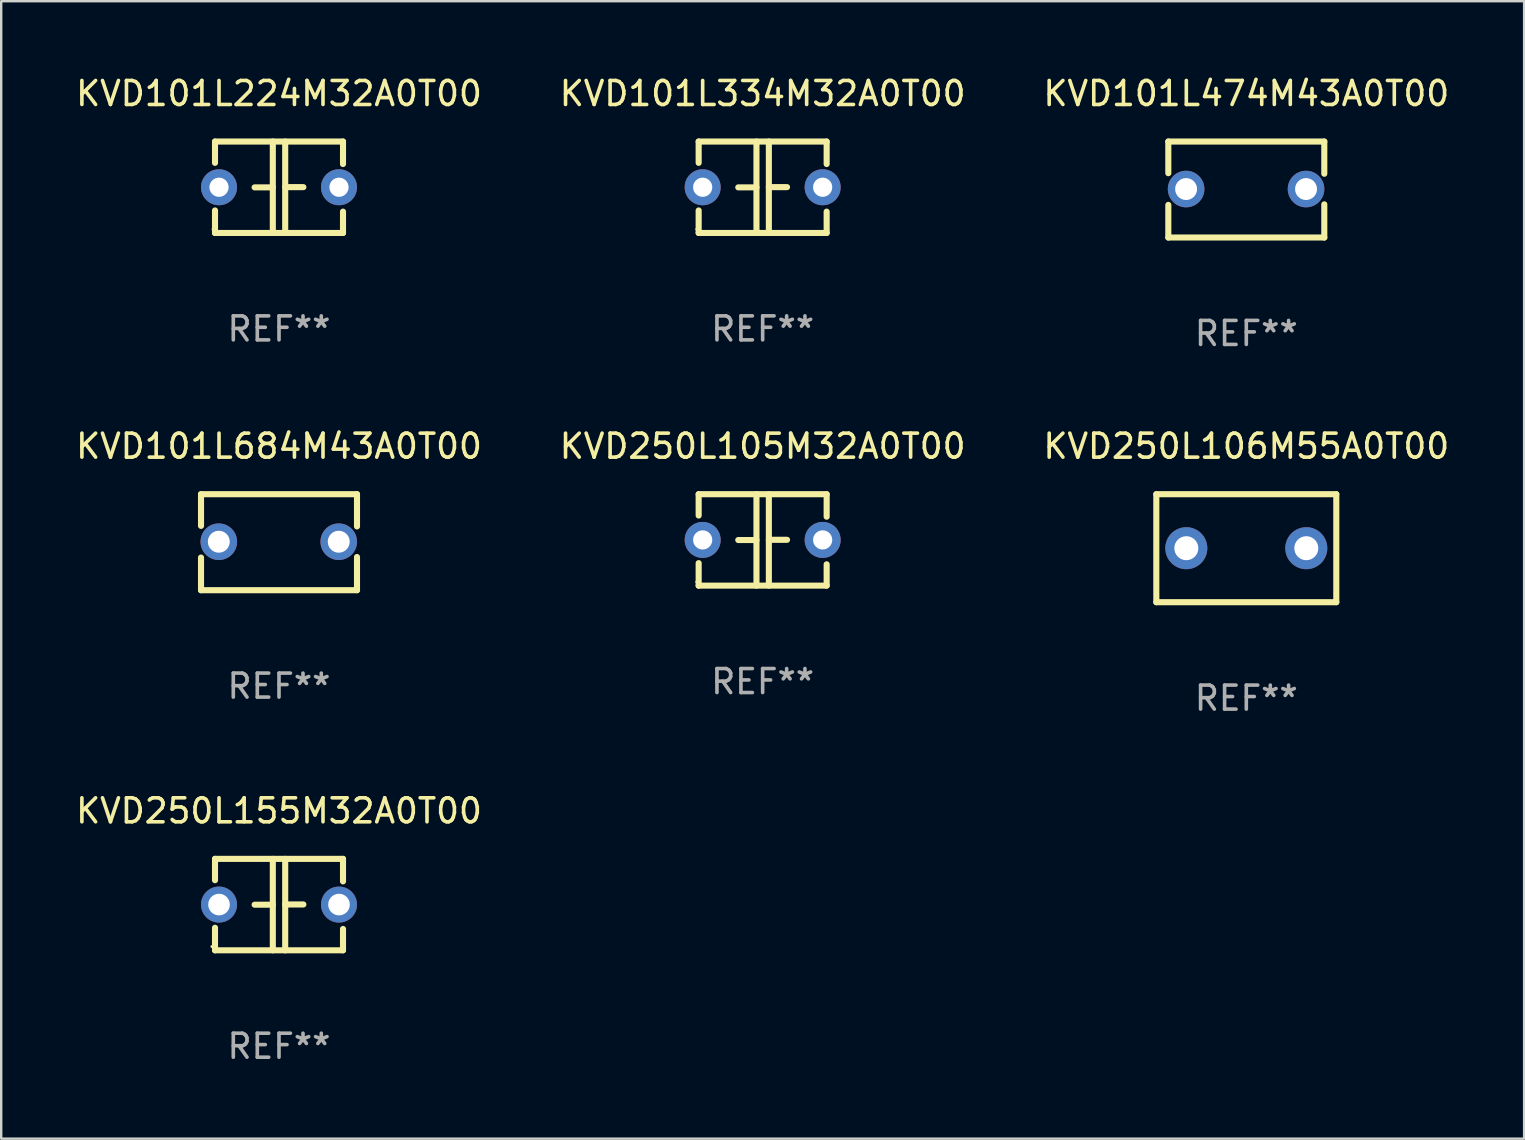
<source format=kicad_pcb>
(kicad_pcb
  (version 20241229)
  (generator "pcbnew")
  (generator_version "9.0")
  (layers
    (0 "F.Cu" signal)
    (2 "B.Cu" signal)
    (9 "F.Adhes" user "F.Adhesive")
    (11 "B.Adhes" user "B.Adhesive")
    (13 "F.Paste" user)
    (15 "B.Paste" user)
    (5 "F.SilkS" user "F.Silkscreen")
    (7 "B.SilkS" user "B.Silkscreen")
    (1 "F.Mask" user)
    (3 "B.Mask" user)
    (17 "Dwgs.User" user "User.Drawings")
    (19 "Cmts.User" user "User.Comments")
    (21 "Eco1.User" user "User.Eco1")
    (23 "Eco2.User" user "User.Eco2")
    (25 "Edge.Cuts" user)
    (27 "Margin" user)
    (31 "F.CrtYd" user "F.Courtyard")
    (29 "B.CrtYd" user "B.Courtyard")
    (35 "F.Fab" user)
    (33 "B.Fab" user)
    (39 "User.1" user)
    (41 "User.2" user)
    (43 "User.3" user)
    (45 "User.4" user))
  (footprint "KVD250L105M32A0T00"
    (layer "F.Cu")
    (at 28.732 19.45)
    (property "Reference" "KVD250L105M32A0T00" (at 0 -3.905 0) (layer "F.SilkS") (effects (font (size 1 1) (thickness 0.15))))
    (attr through_hole)
    (fp_line (start -2.667 -1.905) (end -2.667 -1.016) (stroke (width 0.254) (type solid)) (layer "F.SilkS"))
    (fp_line (start -2.667 0.967) (end -2.667 1.905) (stroke (width 0.254) (type solid)) (layer "F.SilkS"))
    (fp_line (start -2.667 1.905) (end 2.667 1.905) (stroke (width 0.254) (type solid)) (layer "F.SilkS"))
    (fp_line (start -0.258 0.005) (end -1.016 0.005) (stroke (width 0.254) (type solid)) (layer "F.SilkS"))
    (fp_line (start -0.258 1.905) (end -0.258 -1.905) (stroke (width 0.254) (type solid)) (layer "F.SilkS"))
    (fp_line (start 0.258 -1.905) (end 0.258 1.905) (stroke (width 0.254) (type solid)) (layer "F.SilkS"))
    (fp_line (start 0.258 -0.005) (end 1.016 -0.005) (stroke (width 0.254) (type solid)) (layer "F.SilkS"))
    (fp_line (start 2.667 -1.905) (end -2.667 -1.905) (stroke (width 0.254) (type solid)) (layer "F.SilkS"))
    (fp_line (start 2.667 -0.967) (end 2.667 -1.905) (stroke (width 0.254) (type solid)) (layer "F.SilkS"))
    (fp_line (start 2.667 1.905) (end 2.667 1.016) (stroke (width 0.254) (type solid)) (layer "F.SilkS"))
    (fp_circle (center -2.75 1.75) (end -2.72 1.75) (stroke (width 0.06) (type solid)) (fill no) (layer "F.SilkS"))
    (fp_text user "REF**" (at 0 5.905 0) (layer "F.Fab") (effects (font (size 1 1) (thickness 0.15))))
    (pad "1" thru_hole circle (at -2.5 0) (size 1.5 1.5) (drill 0.8) (layers "*.Cu" "*.Mask"))
    (pad "2" thru_hole circle (at 2.5 0) (size 1.5 1.5) (drill 0.8) (layers "*.Cu" "*.Mask")))
  (footprint "KVD101L334M32A0T00"
    (layer "F.Cu")
    (at 28.732 4.753)
    (property "Reference" "KVD101L334M32A0T00" (at 0 -3.905 0) (layer "F.SilkS") (effects (font (size 1 1) (thickness 0.15))))
    (attr through_hole)
    (fp_line (start -2.667 -1.905) (end -2.667 -1.016) (stroke (width 0.254) (type solid)) (layer "F.SilkS"))
    (fp_line (start -2.667 0.967) (end -2.667 1.905) (stroke (width 0.254) (type solid)) (layer "F.SilkS"))
    (fp_line (start -2.667 1.905) (end 2.667 1.905) (stroke (width 0.254) (type solid)) (layer "F.SilkS"))
    (fp_line (start -0.258 0.005) (end -1.016 0.005) (stroke (width 0.254) (type solid)) (layer "F.SilkS"))
    (fp_line (start -0.258 1.905) (end -0.258 -1.905) (stroke (width 0.254) (type solid)) (layer "F.SilkS"))
    (fp_line (start 0.258 -1.905) (end 0.258 1.905) (stroke (width 0.254) (type solid)) (layer "F.SilkS"))
    (fp_line (start 0.258 -0.005) (end 1.016 -0.005) (stroke (width 0.254) (type solid)) (layer "F.SilkS"))
    (fp_line (start 2.667 -1.905) (end -2.667 -1.905) (stroke (width 0.254) (type solid)) (layer "F.SilkS"))
    (fp_line (start 2.667 -0.967) (end 2.667 -1.905) (stroke (width 0.254) (type solid)) (layer "F.SilkS"))
    (fp_line (start 2.667 1.905) (end 2.667 1.016) (stroke (width 0.254) (type solid)) (layer "F.SilkS"))
    (fp_circle (center -2.75 1.75) (end -2.72 1.75) (stroke (width 0.06) (type solid)) (fill no) (layer "F.SilkS"))
    (fp_text user "REF**" (at 0 5.905 0) (layer "F.Fab") (effects (font (size 1 1) (thickness 0.15))))
    (pad "1" thru_hole circle (at -2.5 0) (size 1.5 1.5) (drill 0.8) (layers "*.Cu" "*.Mask"))
    (pad "2" thru_hole circle (at 2.5 0) (size 1.5 1.5) (drill 0.8) (layers "*.Cu" "*.Mask")))
  (footprint "KVD101L224M32A0T00"
    (layer "F.Cu")
    (at 8.577 4.753)
    (property "Reference" "KVD101L224M32A0T00" (at 0 -3.905 0) (layer "F.SilkS") (effects (font (size 1 1) (thickness 0.15))))
    (attr through_hole)
    (fp_line (start -2.667 -1.905) (end -2.667 -1.016) (stroke (width 0.254) (type solid)) (layer "F.SilkS"))
    (fp_line (start -2.667 0.967) (end -2.667 1.905) (stroke (width 0.254) (type solid)) (layer "F.SilkS"))
    (fp_line (start -2.667 1.905) (end 2.667 1.905) (stroke (width 0.254) (type solid)) (layer "F.SilkS"))
    (fp_line (start -0.258 0.005) (end -1.016 0.005) (stroke (width 0.254) (type solid)) (layer "F.SilkS"))
    (fp_line (start -0.258 1.905) (end -0.258 -1.905) (stroke (width 0.254) (type solid)) (layer "F.SilkS"))
    (fp_line (start 0.258 -1.905) (end 0.258 1.905) (stroke (width 0.254) (type solid)) (layer "F.SilkS"))
    (fp_line (start 0.258 -0.005) (end 1.016 -0.005) (stroke (width 0.254) (type solid)) (layer "F.SilkS"))
    (fp_line (start 2.667 -1.905) (end -2.667 -1.905) (stroke (width 0.254) (type solid)) (layer "F.SilkS"))
    (fp_line (start 2.667 -0.967) (end 2.667 -1.905) (stroke (width 0.254) (type solid)) (layer "F.SilkS"))
    (fp_line (start 2.667 1.905) (end 2.667 1.016) (stroke (width 0.254) (type solid)) (layer "F.SilkS"))
    (fp_circle (center -2.75 1.75) (end -2.72 1.75) (stroke (width 0.06) (type solid)) (fill no) (layer "F.SilkS"))
    (fp_text user "REF**" (at 0 5.905 0) (layer "F.Fab") (effects (font (size 1 1) (thickness 0.15))))
    (pad "1" thru_hole circle (at -2.5 0) (size 1.5 1.5) (drill 0.8) (layers "*.Cu" "*.Mask"))
    (pad "2" thru_hole circle (at 2.5 0) (size 1.5 1.5) (drill 0.8) (layers "*.Cu" "*.Mask")))
  (footprint "KVD250L106M55A0T00"
    (layer "F.Cu")
    (at 48.887 19.795)
    (property "Reference" "KVD250L106M55A0T00" (at 0 -4.25 0) (layer "F.SilkS") (effects (font (size 1 1) (thickness 0.15))))
    (attr through_hole)
    (fp_line (start -3.75 -2.25) (end -3.75 2.25) (stroke (width 0.254) (type solid)) (layer "F.SilkS"))
    (fp_line (start -3.75 -2.25) (end 3.75 -2.25) (stroke (width 0.254) (type solid)) (layer "F.SilkS"))
    (fp_line (start 3.75 -2.25) (end 3.75 2.25) (stroke (width 0.254) (type solid)) (layer "F.SilkS"))
    (fp_line (start 3.75 2.25) (end -3.75 2.25) (stroke (width 0.254) (type solid)) (layer "F.SilkS"))
    (fp_circle (center -3.75 2.25) (end -3.72 2.25) (stroke (width 0.06) (type solid)) (fill no) (layer "F.SilkS"))
    (fp_text user "REF**" (at 0 6.25 0) (layer "F.Fab") (effects (font (size 1 1) (thickness 0.15))))
    (pad "1" thru_hole circle (at -2.5 0) (size 1.75 1.75) (drill 1) (layers "*.Cu" "*.Mask"))
    (pad "2" thru_hole circle (at 2.5 0) (size 1.75 1.75) (drill 1) (layers "*.Cu" "*.Mask")))
  (footprint "KVD101L684M43A0T00"
    (layer "F.Cu")
    (at 8.577 19.545)
    (property "Reference" "KVD101L684M43A0T00" (at 0 -4 0) (layer "F.SilkS") (effects (font (size 1 1) (thickness 0.15))))
    (attr through_hole)
    (fp_line (start -3.25 -2) (end -3.25 -0.68) (stroke (width 0.254) (type solid)) (layer "F.SilkS"))
    (fp_line (start -3.25 -2) (end 3.25 -2) (stroke (width 0.254) (type solid)) (layer "F.SilkS"))
    (fp_line (start -3.25 0.64) (end -3.25 2) (stroke (width 0.254) (type solid)) (layer "F.SilkS"))
    (fp_line (start 3.25 -2) (end 3.25 -0.657) (stroke (width 0.254) (type solid)) (layer "F.SilkS"))
    (fp_line (start 3.25 0.617) (end 3.25 2) (stroke (width 0.254) (type solid)) (layer "F.SilkS"))
    (fp_line (start 3.25 2) (end -3.25 2) (stroke (width 0.254) (type solid)) (layer "F.SilkS"))
    (fp_circle (center -3.26 1.98) (end -3.23 1.98) (stroke (width 0.06) (type solid)) (fill no) (layer "F.SilkS"))
    (fp_text user "REF**" (at 0 6 0) (layer "F.Fab") (effects (font (size 1 1) (thickness 0.15))))
    (pad "1" thru_hole circle (at -2.509 -0.02) (size 1.524 1.524) (drill 0.914) (layers "*.Cu" "*.Mask"))
    (pad "2" thru_hole circle (at 2.489 -0.02) (size 1.524 1.524) (drill 0.914) (layers "*.Cu" "*.Mask")))
  (footprint "KVD250L155M32A0T00"
    (layer "F.Cu")
    (at 8.577 34.646)
    (property "Reference" "KVD250L155M32A0T00" (at 0 -3.905 0) (layer "F.SilkS") (effects (font (size 1 1) (thickness 0.15))))
    (attr through_hole)
    (fp_line (start -2.667 -1.905) (end -2.667 -1.016) (stroke (width 0.254) (type solid)) (layer "F.SilkS"))
    (fp_line (start -2.667 0.967) (end -2.667 1.905) (stroke (width 0.254) (type solid)) (layer "F.SilkS"))
    (fp_line (start -2.667 1.905) (end 2.667 1.905) (stroke (width 0.254) (type solid)) (layer "F.SilkS"))
    (fp_line (start -0.258 0.005) (end -1.016 0.005) (stroke (width 0.254) (type solid)) (layer "F.SilkS"))
    (fp_line (start -0.258 1.905) (end -0.258 -1.905) (stroke (width 0.254) (type solid)) (layer "F.SilkS"))
    (fp_line (start 0.258 -1.905) (end 0.258 1.905) (stroke (width 0.254) (type solid)) (layer "F.SilkS"))
    (fp_line (start 0.258 -0.005) (end 1.016 -0.005) (stroke (width 0.254) (type solid)) (layer "F.SilkS"))
    (fp_line (start 2.667 -1.905) (end -2.667 -1.905) (stroke (width 0.254) (type solid)) (layer "F.SilkS"))
    (fp_line (start 2.667 -0.967) (end 2.667 -1.905) (stroke (width 0.254) (type solid)) (layer "F.SilkS"))
    (fp_line (start 2.667 1.905) (end 2.667 1.016) (stroke (width 0.254) (type solid)) (layer "F.SilkS"))
    (fp_circle (center -2.8 1.75) (end -2.77 1.75) (stroke (width 0.06) (type solid)) (fill no) (layer "F.SilkS"))
    (fp_text user "REF**" (at 0 5.905 0) (layer "F.Fab") (effects (font (size 1 1) (thickness 0.15))))
    (pad "1" thru_hole circle (at -2.5 0) (size 1.5 1.5) (drill 0.9) (layers "*.Cu" "*.Mask"))
    (pad "2" thru_hole circle (at 2.5 0) (size 1.5 1.5) (drill 0.9) (layers "*.Cu" "*.Mask")))
  (footprint "KVD101L474M43A0T00"
    (layer "F.Cu")
    (at 48.887 4.848)
    (property "Reference" "KVD101L474M43A0T00" (at 0 -4 0) (layer "F.SilkS") (effects (font (size 1 1) (thickness 0.15))))
    (attr through_hole)
    (fp_line (start -3.25 -2) (end -3.25 -0.68) (stroke (width 0.254) (type solid)) (layer "F.SilkS"))
    (fp_line (start -3.25 -2) (end 3.25 -2) (stroke (width 0.254) (type solid)) (layer "F.SilkS"))
    (fp_line (start -3.25 0.64) (end -3.25 2) (stroke (width 0.254) (type solid)) (layer "F.SilkS"))
    (fp_line (start 3.25 -2) (end 3.25 -0.657) (stroke (width 0.254) (type solid)) (layer "F.SilkS"))
    (fp_line (start 3.25 0.617) (end 3.25 2) (stroke (width 0.254) (type solid)) (layer "F.SilkS"))
    (fp_line (start 3.25 2) (end -3.25 2) (stroke (width 0.254) (type solid)) (layer "F.SilkS"))
    (fp_circle (center -3.26 1.98) (end -3.23 1.98) (stroke (width 0.06) (type solid)) (fill no) (layer "F.SilkS"))
    (fp_text user "REF**" (at 0 6 0) (layer "F.Fab") (effects (font (size 1 1) (thickness 0.15))))
    (pad "1" thru_hole circle (at -2.509 -0.02) (size 1.524 1.524) (drill 0.914) (layers "*.Cu" "*.Mask"))
    (pad "2" thru_hole circle (at 2.489 -0.02) (size 1.524 1.524) (drill 0.914) (layers "*.Cu" "*.Mask")))
  (gr_rect
    (start -3 -3)
    (end 60.464 44.4)
    (stroke (width 0.1) (type default))
    (fill no)
    (layer "Edge.Cuts")))
</source>
